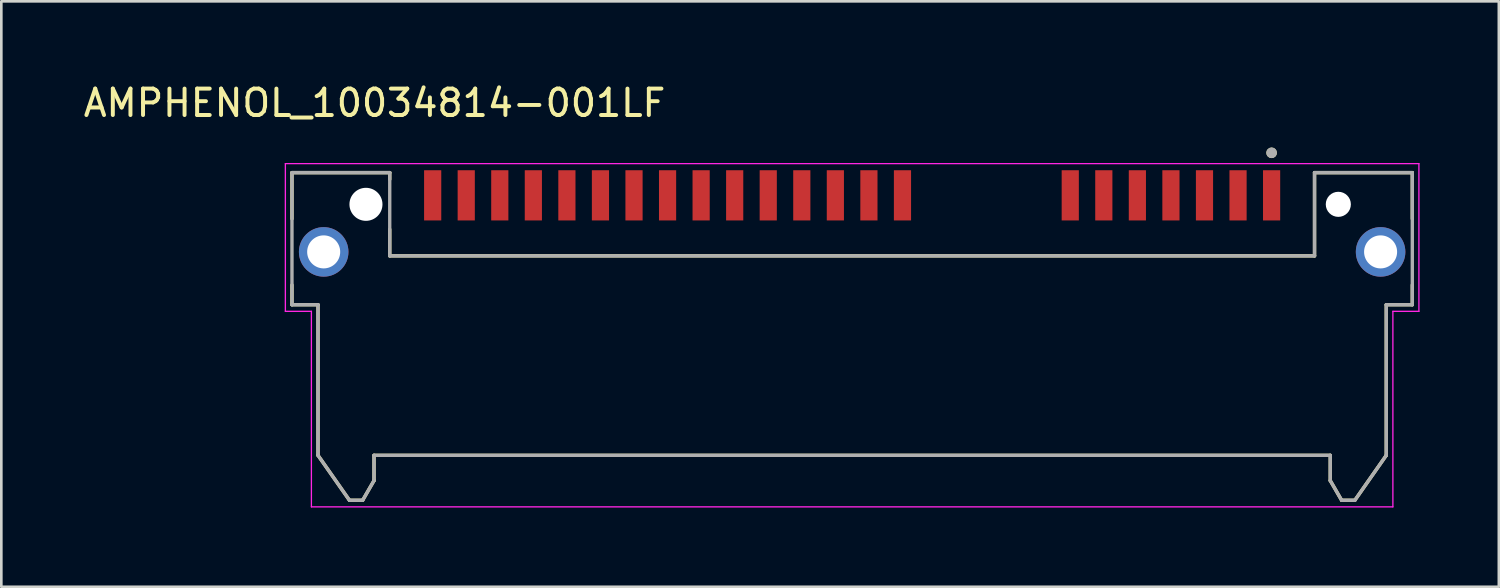
<source format=kicad_pcb>
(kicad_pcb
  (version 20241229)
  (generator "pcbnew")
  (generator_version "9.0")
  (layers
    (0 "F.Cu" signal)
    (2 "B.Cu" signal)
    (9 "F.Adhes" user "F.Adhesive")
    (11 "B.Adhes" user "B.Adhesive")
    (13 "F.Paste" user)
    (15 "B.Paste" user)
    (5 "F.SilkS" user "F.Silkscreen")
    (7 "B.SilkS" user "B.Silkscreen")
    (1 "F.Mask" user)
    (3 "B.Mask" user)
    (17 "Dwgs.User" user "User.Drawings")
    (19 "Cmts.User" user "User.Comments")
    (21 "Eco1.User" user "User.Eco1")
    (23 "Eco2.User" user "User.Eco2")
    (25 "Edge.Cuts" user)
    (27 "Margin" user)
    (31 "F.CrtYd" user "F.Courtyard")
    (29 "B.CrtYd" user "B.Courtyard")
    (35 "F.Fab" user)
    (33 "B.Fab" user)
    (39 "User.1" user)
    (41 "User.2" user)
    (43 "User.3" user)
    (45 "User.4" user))
  (footprint "AMPHENOL_10034814-001LF"
    (layer "F.Cu")
    (at 29.2 6.483)
    (property "Reference" "AMPHENOL_10034814-001LF" (at -18.075 -5.635 0) (layer "F.SilkS") (effects (font (size 1 1) (thickness 0.15))))
    (attr smd)
    (fp_line (start -21.2 -3) (end -21.2 -1.251) (stroke (width 0.127) (type solid)) (layer "F.SilkS"))
    (fp_line (start -21.2 -3) (end -17.5 -3) (stroke (width 0.127) (type solid)) (layer "F.SilkS"))
    (fp_line (start -21.2 1.251) (end -21.2 2) (stroke (width 0.127) (type solid)) (layer "F.SilkS"))
    (fp_line (start -20.215 2) (end -21.2 2) (stroke (width 0.127) (type solid)) (layer "F.SilkS"))
    (fp_line (start -20.215 7.7) (end -20.215 2) (stroke (width 0.127) (type solid)) (layer "F.SilkS"))
    (fp_line (start -19.025 9.4) (end -20.215 7.7) (stroke (width 0.127) (type solid)) (layer "F.SilkS"))
    (fp_line (start -18.525 9.4) (end -19.025 9.4) (stroke (width 0.127) (type solid)) (layer "F.SilkS"))
    (fp_line (start -18.095 7.7) (end -18.095 8.655) (stroke (width 0.127) (type solid)) (layer "F.SilkS"))
    (fp_line (start -18.095 7.7) (end 18.095 7.7) (stroke (width 0.127) (type solid)) (layer "F.SilkS"))
    (fp_line (start -18.095 8.655) (end -18.525 9.4) (stroke (width 0.127) (type solid)) (layer "F.SilkS"))
    (fp_line (start -17.5 -3) (end -17.5 -2.745) (stroke (width 0.127) (type solid)) (layer "F.SilkS"))
    (fp_line (start -17.5 -0.855) (end -17.5 0.15) (stroke (width 0.127) (type solid)) (layer "F.SilkS"))
    (fp_line (start -17.5 0.15) (end 17.5 0.15) (stroke (width 0.127) (type solid)) (layer "F.SilkS"))
    (fp_line (start 17.5 -3) (end 21.2 -3) (stroke (width 0.127) (type solid)) (layer "F.SilkS"))
    (fp_line (start 17.5 0.15) (end 17.5 -3) (stroke (width 0.127) (type solid)) (layer "F.SilkS"))
    (fp_line (start 18.095 7.7) (end 18.095 8.655) (stroke (width 0.127) (type solid)) (layer "F.SilkS"))
    (fp_line (start 18.095 8.655) (end 18.525 9.4) (stroke (width 0.127) (type solid)) (layer "F.SilkS"))
    (fp_line (start 18.525 9.4) (end 19.025 9.4) (stroke (width 0.127) (type solid)) (layer "F.SilkS"))
    (fp_line (start 19.025 9.4) (end 20.215 7.7) (stroke (width 0.127) (type solid)) (layer "F.SilkS"))
    (fp_line (start 20.215 7.7) (end 20.215 2) (stroke (width 0.127) (type solid)) (layer "F.SilkS"))
    (fp_line (start 21.2 -3) (end 21.2 -1.251) (stroke (width 0.127) (type solid)) (layer "F.SilkS"))
    (fp_line (start 21.2 1.251) (end 21.2 2) (stroke (width 0.127) (type solid)) (layer "F.SilkS"))
    (fp_line (start 21.2 2) (end 20.215 2) (stroke (width 0.127) (type solid)) (layer "F.SilkS"))
    (fp_circle (center 15.875 -3.75) (end 15.975 -3.75) (stroke (width 0.2) (type solid)) (fill no) (layer "F.SilkS"))
    (fp_line (start -21.45 -3.34) (end 21.45 -3.34) (stroke (width 0.05) (type solid)) (layer "F.CrtYd"))
    (fp_line (start -21.45 2.25) (end -21.45 -3.34) (stroke (width 0.05) (type solid)) (layer "F.CrtYd"))
    (fp_line (start -20.465 2.25) (end -21.45 2.25) (stroke (width 0.05) (type solid)) (layer "F.CrtYd"))
    (fp_line (start -20.465 9.65) (end -20.465 2.25) (stroke (width 0.05) (type solid)) (layer "F.CrtYd"))
    (fp_line (start 20.465 2.25) (end 20.465 9.65) (stroke (width 0.05) (type solid)) (layer "F.CrtYd"))
    (fp_line (start 20.465 9.65) (end -20.465 9.65) (stroke (width 0.05) (type solid)) (layer "F.CrtYd"))
    (fp_line (start 21.45 -3.34) (end 21.45 2.25) (stroke (width 0.05) (type solid)) (layer "F.CrtYd"))
    (fp_line (start 21.45 2.25) (end 20.465 2.25) (stroke (width 0.05) (type solid)) (layer "F.CrtYd"))
    (fp_line (start -21.2 -3) (end -21.2 2) (stroke (width 0.127) (type solid)) (layer "F.Fab"))
    (fp_line (start -21.2 -3) (end -17.5 -3) (stroke (width 0.127) (type solid)) (layer "F.Fab"))
    (fp_line (start -20.215 2) (end -21.2 2) (stroke (width 0.127) (type solid)) (layer "F.Fab"))
    (fp_line (start -20.215 7.7) (end -20.215 2) (stroke (width 0.127) (type solid)) (layer "F.Fab"))
    (fp_line (start -19.025 9.4) (end -20.215 7.7) (stroke (width 0.127) (type solid)) (layer "F.Fab"))
    (fp_line (start -18.525 9.4) (end -19.025 9.4) (stroke (width 0.127) (type solid)) (layer "F.Fab"))
    (fp_line (start -18.095 7.7) (end -18.095 8.655) (stroke (width 0.127) (type solid)) (layer "F.Fab"))
    (fp_line (start -18.095 7.7) (end 18.095 7.7) (stroke (width 0.127) (type solid)) (layer "F.Fab"))
    (fp_line (start -18.095 8.655) (end -18.525 9.4) (stroke (width 0.127) (type solid)) (layer "F.Fab"))
    (fp_line (start -17.5 -3) (end -17.5 0.15) (stroke (width 0.127) (type solid)) (layer "F.Fab"))
    (fp_line (start -17.5 0.15) (end 17.5 0.15) (stroke (width 0.127) (type solid)) (layer "F.Fab"))
    (fp_line (start 17.5 -3) (end 21.2 -3) (stroke (width 0.127) (type solid)) (layer "F.Fab"))
    (fp_line (start 17.5 0.15) (end 17.5 -3) (stroke (width 0.127) (type solid)) (layer "F.Fab"))
    (fp_line (start 18.095 7.7) (end 18.095 8.655) (stroke (width 0.127) (type solid)) (layer "F.Fab"))
    (fp_line (start 18.095 8.655) (end 18.525 9.4) (stroke (width 0.127) (type solid)) (layer "F.Fab"))
    (fp_line (start 18.525 9.4) (end 19.025 9.4) (stroke (width 0.127) (type solid)) (layer "F.Fab"))
    (fp_line (start 19.025 9.4) (end 20.215 7.7) (stroke (width 0.127) (type solid)) (layer "F.Fab"))
    (fp_line (start 20.215 7.7) (end 20.215 2) (stroke (width 0.127) (type solid)) (layer "F.Fab"))
    (fp_line (start 21.2 -3) (end 21.2 2) (stroke (width 0.127) (type solid)) (layer "F.Fab"))
    (fp_line (start 21.2 2) (end 20.215 2) (stroke (width 0.127) (type solid)) (layer "F.Fab"))
    (fp_circle (center 15.875 -3.75) (end 15.975 -3.75) (stroke (width 0.2) (type solid)) (fill no) (layer "F.Fab"))
    (pad "" np_thru_hole circle (at -18.4 -1.8) (size 1.25 1.25) (drill 1.25) (layers "*.Cu" "*.Mask"))
    (pad "" np_thru_hole circle (at 18.4 -1.8) (size 0.95 0.95) (drill 0.95) (layers "*.Cu" "*.Mask"))
    (pad "P1" smd rect (at 1.905 -2.14) (size 0.65 1.9) (layers "F.Cu" "F.Mask" "F.Paste"))
    (pad "P2" smd rect (at 0.635 -2.14) (size 0.65 1.9) (layers "F.Cu" "F.Mask" "F.Paste"))
    (pad "P3" smd rect (at -0.635 -2.14) (size 0.65 1.9) (layers "F.Cu" "F.Mask" "F.Paste"))
    (pad "P4" smd rect (at -1.905 -2.14) (size 0.65 1.9) (layers "F.Cu" "F.Mask" "F.Paste"))
    (pad "P5" smd rect (at -3.175 -2.14) (size 0.65 1.9) (layers "F.Cu" "F.Mask" "F.Paste"))
    (pad "P6" smd rect (at -4.445 -2.14) (size 0.65 1.9) (layers "F.Cu" "F.Mask" "F.Paste"))
    (pad "P7" smd rect (at -5.715 -2.14) (size 0.65 1.9) (layers "F.Cu" "F.Mask" "F.Paste"))
    (pad "P8" smd rect (at -6.985 -2.14) (size 0.65 1.9) (layers "F.Cu" "F.Mask" "F.Paste"))
    (pad "P9" smd rect (at -8.255 -2.14) (size 0.65 1.9) (layers "F.Cu" "F.Mask" "F.Paste"))
    (pad "P10" smd rect (at -9.525 -2.14) (size 0.65 1.9) (layers "F.Cu" "F.Mask" "F.Paste"))
    (pad "P11" smd rect (at -10.795 -2.14) (size 0.65 1.9) (layers "F.Cu" "F.Mask" "F.Paste"))
    (pad "P12" smd rect (at -12.065 -2.14) (size 0.65 1.9) (layers "F.Cu" "F.Mask" "F.Paste"))
    (pad "P13" smd rect (at -13.335 -2.14) (size 0.65 1.9) (layers "F.Cu" "F.Mask" "F.Paste"))
    (pad "P14" smd rect (at -14.605 -2.14) (size 0.65 1.9) (layers "F.Cu" "F.Mask" "F.Paste"))
    (pad "P15" smd rect (at -15.875 -2.14) (size 0.65 1.9) (layers "F.Cu" "F.Mask" "F.Paste"))
    (pad "S1" smd rect (at 15.875 -2.14) (size 0.65 1.9) (layers "F.Cu" "F.Mask" "F.Paste"))
    (pad "S2" smd rect (at 14.605 -2.14) (size 0.65 1.9) (layers "F.Cu" "F.Mask" "F.Paste"))
    (pad "S3" smd rect (at 13.335 -2.14) (size 0.65 1.9) (layers "F.Cu" "F.Mask" "F.Paste"))
    (pad "S4" smd rect (at 12.065 -2.14) (size 0.65 1.9) (layers "F.Cu" "F.Mask" "F.Paste"))
    (pad "S5" smd rect (at 10.795 -2.14) (size 0.65 1.9) (layers "F.Cu" "F.Mask" "F.Paste"))
    (pad "S6" smd rect (at 9.525 -2.14) (size 0.65 1.9) (layers "F.Cu" "F.Mask" "F.Paste"))
    (pad "S7" smd rect (at 8.255 -2.14) (size 0.65 1.9) (layers "F.Cu" "F.Mask" "F.Paste"))
    (pad "SH1" thru_hole circle (at -20 0) (size 1.875 1.875) (drill 1.25) (layers "*.Cu" "*.Mask"))
    (pad "SH2" thru_hole circle (at 20 0) (size 1.875 1.875) (drill 1.25) (layers "*.Cu" "*.Mask")))
  (gr_rect
    (start -3 -3)
    (end 53.675 19.158)
    (stroke (width 0.1) (type default))
    (fill no)
    (layer "Edge.Cuts")))
</source>
